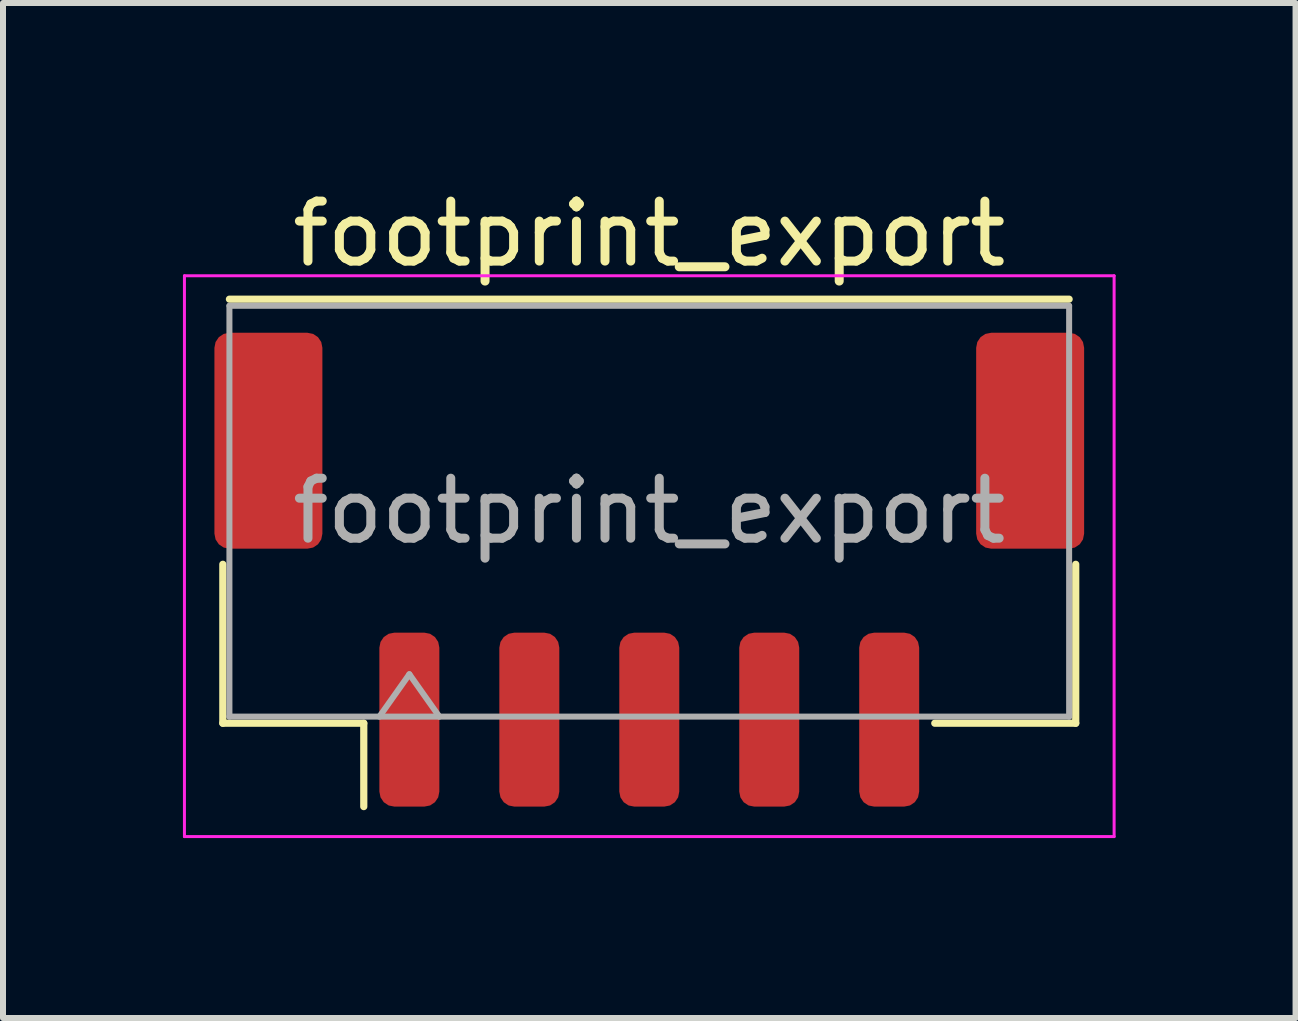
<source format=kicad_pcb>
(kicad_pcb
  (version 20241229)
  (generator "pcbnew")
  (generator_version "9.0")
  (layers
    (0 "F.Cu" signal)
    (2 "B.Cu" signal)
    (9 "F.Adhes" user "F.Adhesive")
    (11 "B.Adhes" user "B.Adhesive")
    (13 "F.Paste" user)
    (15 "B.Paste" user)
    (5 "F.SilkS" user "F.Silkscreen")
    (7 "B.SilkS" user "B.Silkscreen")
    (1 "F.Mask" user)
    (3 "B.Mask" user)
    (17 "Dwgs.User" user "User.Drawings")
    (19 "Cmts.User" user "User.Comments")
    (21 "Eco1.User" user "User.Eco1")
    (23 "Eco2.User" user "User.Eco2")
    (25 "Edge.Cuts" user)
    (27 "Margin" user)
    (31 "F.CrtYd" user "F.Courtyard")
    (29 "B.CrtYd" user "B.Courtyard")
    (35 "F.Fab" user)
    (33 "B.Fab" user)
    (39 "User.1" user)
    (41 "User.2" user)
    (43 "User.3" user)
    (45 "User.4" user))
  (footprint "footprint_export"
    (layer "F.Cu")
    (at 7.775 6.448)
    (property "Reference" "footprint_export" (at 0 -5.6 0) (layer "F.SilkS") (effects (font (size 1 1) (thickness 0.15))))
    (attr smd)
    (fp_line (start -7.11 -0.09) (end -7.11 2.56) (stroke (width 0.12) (type solid)) (layer "F.SilkS"))
    (fp_line (start -7.11 2.56) (end -4.76 2.56) (stroke (width 0.12) (type solid)) (layer "F.SilkS"))
    (fp_line (start -7 -4.51) (end 7 -4.51) (stroke (width 0.12) (type solid)) (layer "F.SilkS"))
    (fp_line (start -4.76 2.56) (end -4.76 3.95) (stroke (width 0.12) (type solid)) (layer "F.SilkS"))
    (fp_line (start 7.11 -0.09) (end 7.11 2.56) (stroke (width 0.12) (type solid)) (layer "F.SilkS"))
    (fp_line (start 7.11 2.56) (end 4.76 2.56) (stroke (width 0.12) (type solid)) (layer "F.SilkS"))
    (fp_line (start -7.75 -4.9) (end -7.75 4.45) (stroke (width 0.05) (type solid)) (layer "F.CrtYd"))
    (fp_line (start -7.75 4.45) (end 7.75 4.45) (stroke (width 0.05) (type solid)) (layer "F.CrtYd"))
    (fp_line (start 7.75 -4.9) (end -7.75 -4.9) (stroke (width 0.05) (type solid)) (layer "F.CrtYd"))
    (fp_line (start 7.75 4.45) (end 7.75 -4.9) (stroke (width 0.05) (type solid)) (layer "F.CrtYd"))
    (fp_line (start -7 -4.4) (end 7 -4.4) (stroke (width 0.1) (type solid)) (layer "F.Fab"))
    (fp_line (start -7 2.45) (end -7 -4.4) (stroke (width 0.1) (type solid)) (layer "F.Fab"))
    (fp_line (start -7 2.45) (end 7 2.45) (stroke (width 0.1) (type solid)) (layer "F.Fab"))
    (fp_line (start -4.5 2.45) (end -4 1.743) (stroke (width 0.1) (type solid)) (layer "F.Fab"))
    (fp_line (start -4 1.743) (end -3.5 2.45) (stroke (width 0.1) (type solid)) (layer "F.Fab"))
    (fp_line (start 7 2.45) (end 7 -4.4) (stroke (width 0.1) (type solid)) (layer "F.Fab"))
    (fp_text user "${REFERENCE}" (at 0 -0.98 0) (layer "F.Fab") (effects (font (size 1 1) (thickness 0.15))))
    (pad "1" smd roundrect (at -4 2.5) (size 1 2.9) (layers "F.Cu" "F.Mask" "F.Paste") (roundrect_rratio 0.25))
    (pad "2" smd roundrect (at -2 2.5) (size 1 2.9) (layers "F.Cu" "F.Mask" "F.Paste") (roundrect_rratio 0.25))
    (pad "3" smd roundrect (at 0 2.5) (size 1 2.9) (layers "F.Cu" "F.Mask" "F.Paste") (roundrect_rratio 0.25))
    (pad "4" smd roundrect (at 2 2.5) (size 1 2.9) (layers "F.Cu" "F.Mask" "F.Paste") (roundrect_rratio 0.25))
    (pad "5" smd roundrect (at 4 2.5) (size 1 2.9) (layers "F.Cu" "F.Mask" "F.Paste") (roundrect_rratio 0.25))
    (pad "MP" smd roundrect (at -6.35 -2.15) (size 1.8 3.6) (layers "F.Cu" "F.Mask" "F.Paste") (roundrect_rratio 0.139))
    (pad "MP" smd roundrect (at 6.35 -2.15) (size 1.8 3.6) (layers "F.Cu" "F.Mask" "F.Paste") (roundrect_rratio 0.139)))
  (gr_rect
    (start -3 -3)
    (end 18.55 13.923)
    (stroke (width 0.1) (type default))
    (fill no)
    (layer "Edge.Cuts")))
</source>
